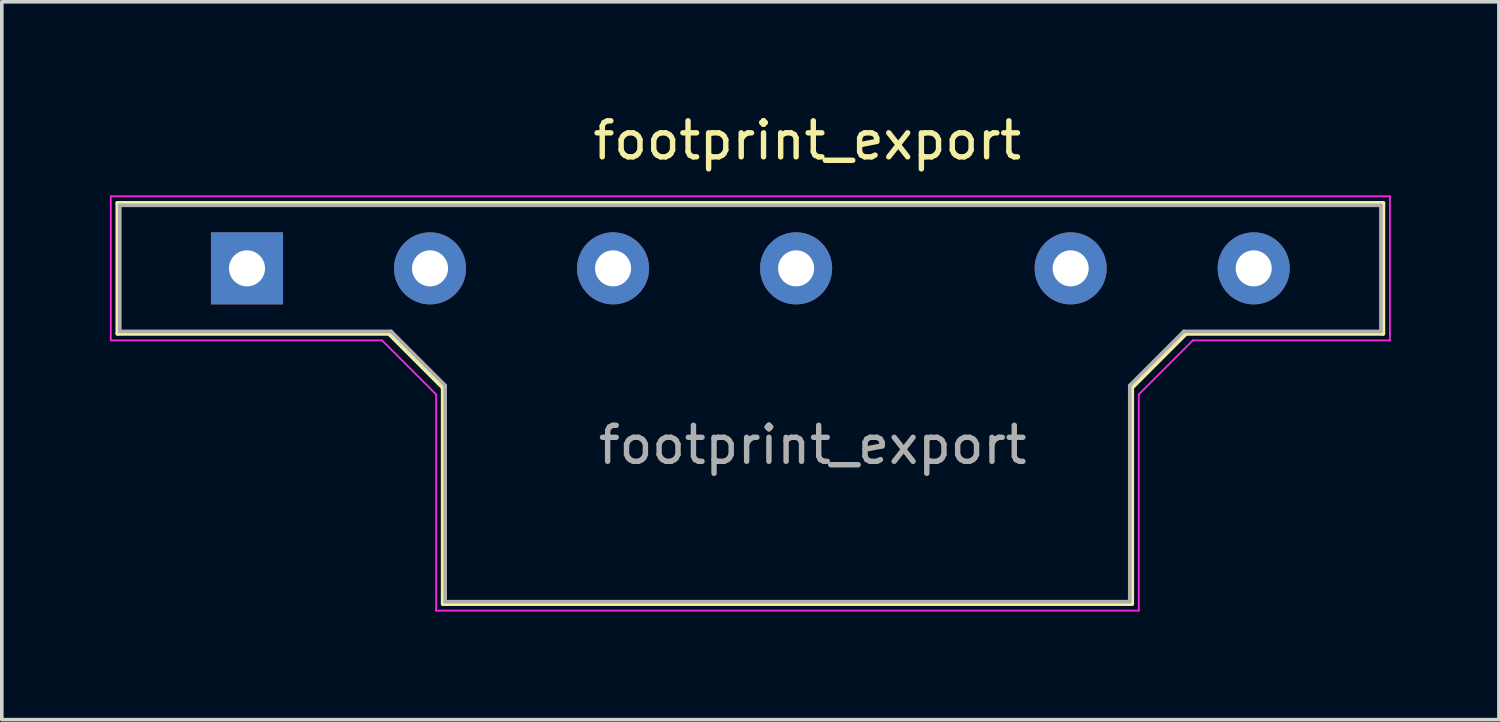
<source format=kicad_pcb>
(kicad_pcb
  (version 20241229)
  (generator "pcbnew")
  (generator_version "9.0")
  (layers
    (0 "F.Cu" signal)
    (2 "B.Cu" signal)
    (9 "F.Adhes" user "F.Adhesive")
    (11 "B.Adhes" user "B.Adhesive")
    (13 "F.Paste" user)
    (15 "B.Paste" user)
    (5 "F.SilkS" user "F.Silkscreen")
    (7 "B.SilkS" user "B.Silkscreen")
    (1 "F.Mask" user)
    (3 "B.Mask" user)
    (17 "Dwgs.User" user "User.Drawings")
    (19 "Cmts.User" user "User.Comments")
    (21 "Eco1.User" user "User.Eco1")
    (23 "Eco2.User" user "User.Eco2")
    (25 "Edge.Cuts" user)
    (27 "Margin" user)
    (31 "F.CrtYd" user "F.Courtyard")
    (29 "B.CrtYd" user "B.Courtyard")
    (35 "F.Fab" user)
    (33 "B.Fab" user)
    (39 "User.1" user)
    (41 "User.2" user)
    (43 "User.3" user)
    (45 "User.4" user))
  (footprint "footprint_export"
    (layer "F.Cu")
    (at 3.805 4.398)
    (property "Reference" "footprint_export" (at 15.55 -3.55 0) (layer "F.SilkS") (effects (font (size 1 1) (thickness 0.15))))
    (attr through_hole)
    (fp_line (start -3.59 -1.81) (end 31.53 -1.81) (stroke (width 0.12) (type solid)) (layer "F.SilkS"))
    (fp_line (start -3.59 1.81) (end -3.59 -1.81) (stroke (width 0.12) (type solid)) (layer "F.SilkS"))
    (fp_line (start 3.94 1.81) (end -3.59 1.81) (stroke (width 0.12) (type solid)) (layer "F.SilkS"))
    (fp_line (start 5.44 3.31) (end 3.94 1.81) (stroke (width 0.12) (type solid)) (layer "F.SilkS"))
    (fp_line (start 5.44 9.31) (end 5.44 3.31) (stroke (width 0.12) (type solid)) (layer "F.SilkS"))
    (fp_line (start 24.56 3.31) (end 24.56 9.31) (stroke (width 0.12) (type solid)) (layer "F.SilkS"))
    (fp_line (start 24.56 9.31) (end 5.44 9.31) (stroke (width 0.12) (type solid)) (layer "F.SilkS"))
    (fp_line (start 26.06 1.81) (end 24.56 3.31) (stroke (width 0.12) (type solid)) (layer "F.SilkS"))
    (fp_line (start 31.53 -1.81) (end 31.53 1.81) (stroke (width 0.12) (type solid)) (layer "F.SilkS"))
    (fp_line (start 31.53 1.81) (end 26.06 1.81) (stroke (width 0.12) (type solid)) (layer "F.SilkS"))
    (fp_line (start -3.78 -2) (end 31.72 -2) (stroke (width 0.05) (type solid)) (layer "F.CrtYd"))
    (fp_line (start -3.78 2) (end -3.78 -2) (stroke (width 0.05) (type solid)) (layer "F.CrtYd"))
    (fp_line (start 3.75 2) (end -3.78 2) (stroke (width 0.05) (type solid)) (layer "F.CrtYd"))
    (fp_line (start 5.25 3.5) (end 3.75 2) (stroke (width 0.05) (type solid)) (layer "F.CrtYd"))
    (fp_line (start 5.25 9.5) (end 5.25 3.5) (stroke (width 0.05) (type solid)) (layer "F.CrtYd"))
    (fp_line (start 24.75 3.5) (end 24.75 9.5) (stroke (width 0.05) (type solid)) (layer "F.CrtYd"))
    (fp_line (start 24.75 9.5) (end 5.25 9.5) (stroke (width 0.05) (type solid)) (layer "F.CrtYd"))
    (fp_line (start 26.25 2) (end 24.75 3.5) (stroke (width 0.05) (type solid)) (layer "F.CrtYd"))
    (fp_line (start 31.72 -2) (end 31.72 2) (stroke (width 0.05) (type solid)) (layer "F.CrtYd"))
    (fp_line (start 31.72 2) (end 26.25 2) (stroke (width 0.05) (type solid)) (layer "F.CrtYd"))
    (fp_line (start -3.53 -1.75) (end -3.53 1.75) (stroke (width 0.1) (type solid)) (layer "F.Fab"))
    (fp_line (start -3.53 -1.75) (end 31.47 -1.75) (stroke (width 0.1) (type solid)) (layer "F.Fab"))
    (fp_line (start -3.53 1.75) (end 4 1.75) (stroke (width 0.1) (type solid)) (layer "F.Fab"))
    (fp_line (start 4 1.75) (end 5.5 3.25) (stroke (width 0.1) (type solid)) (layer "F.Fab"))
    (fp_line (start 5.5 3.25) (end 5.5 9.25) (stroke (width 0.1) (type solid)) (layer "F.Fab"))
    (fp_line (start 5.5 9.25) (end 24.5 9.25) (stroke (width 0.1) (type solid)) (layer "F.Fab"))
    (fp_line (start 24.5 3.25) (end 24.5 9.25) (stroke (width 0.1) (type solid)) (layer "F.Fab"))
    (fp_line (start 24.5 3.25) (end 26 1.75) (stroke (width 0.1) (type solid)) (layer "F.Fab"))
    (fp_line (start 26 1.75) (end 31.47 1.75) (stroke (width 0.1) (type solid)) (layer "F.Fab"))
    (fp_line (start 31.47 -1.75) (end 31.47 1.75) (stroke (width 0.1) (type solid)) (layer "F.Fab"))
    (fp_text user "${REFERENCE}" (at 15.7 4.9 0) (layer "F.Fab") (effects (font (size 1 1) (thickness 0.15))))
    (pad "1" thru_hole rect (at 0 0) (size 2 2) (drill 1) (layers "*.Cu" "*.Mask"))
    (pad "3" thru_hole circle (at 5.08 0) (size 2 2) (drill 1) (layers "*.Cu" "*.Mask"))
    (pad "5" thru_hole circle (at 10.16 0) (size 2 2) (drill 1) (layers "*.Cu" "*.Mask"))
    (pad "7" thru_hole circle (at 15.24 0) (size 2 2) (drill 1) (layers "*.Cu" "*.Mask"))
    (pad "10" thru_hole circle (at 22.86 0) (size 2 2) (drill 1) (layers "*.Cu" "*.Mask"))
    (pad "12" thru_hole circle (at 27.94 0) (size 2 2) (drill 1) (layers "*.Cu" "*.Mask")))
  (gr_rect
    (start -3 -3)
    (end 38.55 16.923)
    (stroke (width 0.1) (type default))
    (fill no)
    (layer "Edge.Cuts")))
</source>
